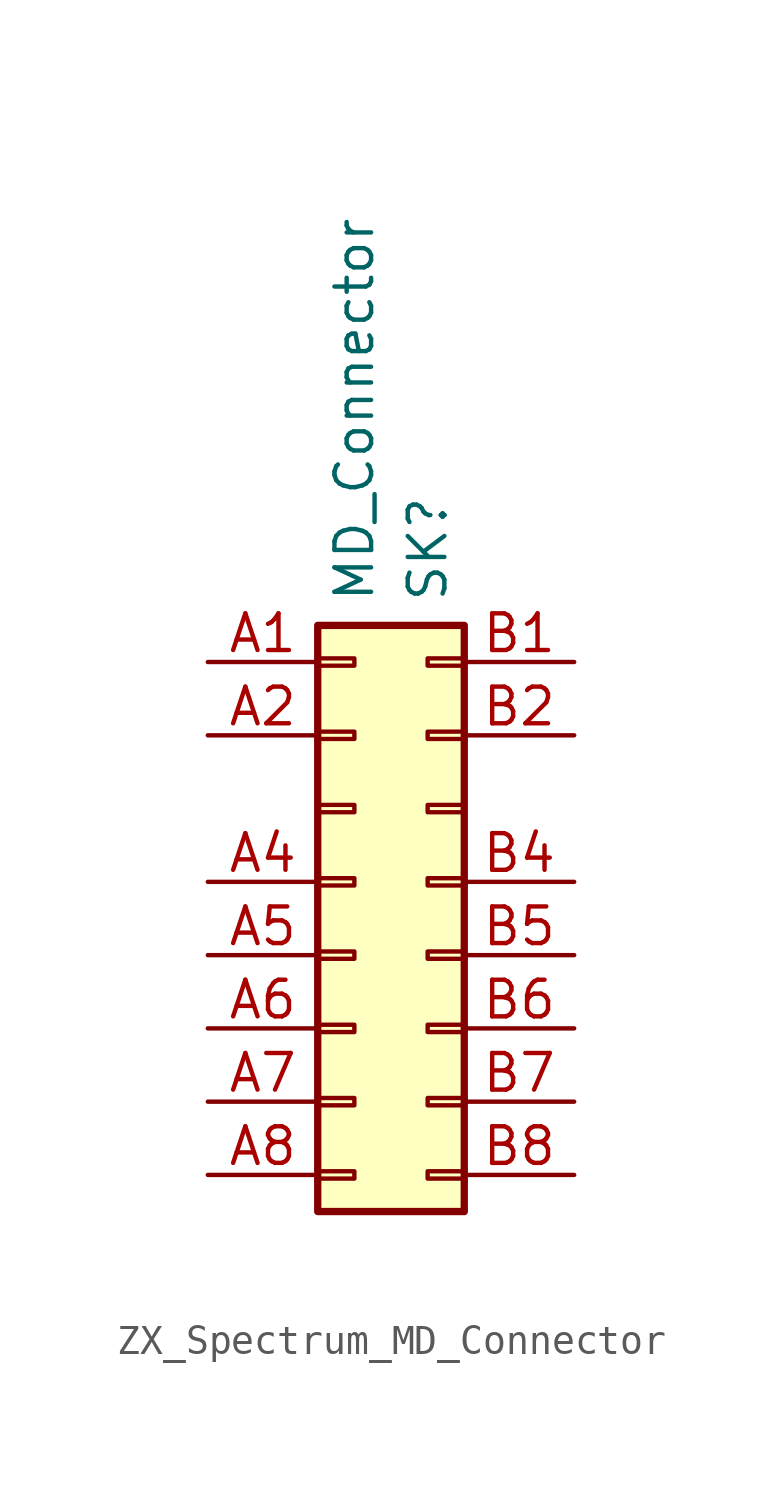
<source format=kicad_sym>
(kicad_symbol_lib
  (version 20220914)
  (generator kicad_symbol_editor)
  (symbol "ZX_Spectrum_MD_Connector"
    (pin_names
      (offset 1.016) hide)
    (property "Reference" "SK"
      (at 2.54 12.192 90)
      (effects (font (size 1.27 1.27)) (justify left)))
    (property "Value" "MD_Connector"
      (at 0 12.192 90)
      (effects (font (size 1.27 1.27)) (justify left)))
    (symbol "ZX_Spectrum_MD_Connector_1_1"
      (rectangle (start -1.27 -7.493) (end 0 -7.747) (stroke (width 0.152) (type default)) (fill (type none)))
      (rectangle (start -1.27 -4.953) (end 0 -5.207) (stroke (width 0.152) (type default)) (fill (type none)))
      (rectangle (start -1.27 -2.413) (end 0 -2.667) (stroke (width 0.152) (type default)) (fill (type none)))
      (rectangle (start -1.27 0.127) (end 0 -0.127) (stroke (width 0.152) (type default)) (fill (type none)))
      (rectangle (start -1.27 2.667) (end 0 2.413) (stroke (width 0.152) (type default)) (fill (type none)))
      (rectangle (start -1.27 5.207) (end 0 4.953) (stroke (width 0.152) (type default)) (fill (type none)))
      (rectangle (start -1.27 7.747) (end 0 7.493) (stroke (width 0.152) (type default)) (fill (type none)))
      (rectangle (start -1.27 10.287) (end 0 10.033) (stroke (width 0.152) (type default)) (fill (type none)))
      (rectangle (start -1.27 11.43) (end 3.81 -8.89) (stroke (width 0.254) (type default)) (fill (type background)))
      (rectangle (start 3.81 -7.493) (end 2.54 -7.747) (stroke (width 0.152) (type default)) (fill (type none)))
      (rectangle (start 3.81 -4.953) (end 2.54 -5.207) (stroke (width 0.152) (type default)) (fill (type none)))
      (rectangle (start 3.81 -2.413) (end 2.54 -2.667) (stroke (width 0.152) (type default)) (fill (type none)))
      (rectangle (start 3.81 0.127) (end 2.54 -0.127) (stroke (width 0.152) (type default)) (fill (type none)))
      (rectangle (start 3.81 2.667) (end 2.54 2.413) (stroke (width 0.152) (type default)) (fill (type none)))
      (rectangle (start 3.81 5.207) (end 2.54 4.953) (stroke (width 0.152) (type default)) (fill (type none)))
      (rectangle (start 3.81 7.747) (end 2.54 7.493) (stroke (width 0.152) (type default)) (fill (type none)))
      (rectangle (start 3.81 10.287) (end 2.54 10.033) (stroke (width 0.152) (type default)) (fill (type none)))
      (pin passive line (at -5.08 10.16 0) (length 3.81) (name "Pin_A1" (effects (font (size 1.27 1.27)))) (number "A1" (effects (font (size 1.27 1.27)))))
      (pin passive line (at -5.08 7.62 0) (length 3.81) (name "Pin_A2" (effects (font (size 1.27 1.27)))) (number "A2" (effects (font (size 1.27 1.27)))))
      (pin passive line (at -5.08 2.54 0) (length 3.81) (name "Pin_A4" (effects (font (size 1.27 1.27)))) (number "A4" (effects (font (size 1.27 1.27)))))
      (pin passive line (at -5.08 0 0) (length 3.81) (name "Pin_A5" (effects (font (size 1.27 1.27)))) (number "A5" (effects (font (size 1.27 1.27)))))
      (pin passive line (at -5.08 -2.54 0) (length 3.81) (name "Pin_A6" (effects (font (size 1.27 1.27)))) (number "A6" (effects (font (size 1.27 1.27)))))
      (pin passive line (at -5.08 -5.08 0) (length 3.81) (name "Pin_A7" (effects (font (size 1.27 1.27)))) (number "A7" (effects (font (size 1.27 1.27)))))
      (pin passive line (at -5.08 -7.62 0) (length 3.81) (name "Pin_A8" (effects (font (size 1.27 1.27)))) (number "A8" (effects (font (size 1.27 1.27)))))
      (pin passive line (at 7.62 10.16 180) (length 3.81) (name "Pin_B1" (effects (font (size 1.27 1.27)))) (number "B1" (effects (font (size 1.27 1.27)))))
      (pin passive line (at 7.62 7.62 180) (length 3.81) (name "Pin_B2" (effects (font (size 1.27 1.27)))) (number "B2" (effects (font (size 1.27 1.27)))))
      (pin passive line (at 7.62 2.54 180) (length 3.81) (name "Pin_B4" (effects (font (size 1.27 1.27)))) (number "B4" (effects (font (size 1.27 1.27)))))
      (pin passive line (at 7.62 0 180) (length 3.81) (name "Pin_B5" (effects (font (size 1.27 1.27)))) (number "B5" (effects (font (size 1.27 1.27)))))
      (pin passive line (at 7.62 -2.54 180) (length 3.81) (name "Pin_B6" (effects (font (size 1.27 1.27)))) (number "B6" (effects (font (size 1.27 1.27)))))
      (pin passive line (at 7.62 -5.08 180) (length 3.81) (name "Pin_B7" (effects (font (size 1.27 1.27)))) (number "B7" (effects (font (size 1.27 1.27)))))
      (pin passive line (at 7.62 -7.62 180) (length 3.81) (name "Pin_B8" (effects (font (size 1.27 1.27)))) (number "B8" (effects (font (size 1.27 1.27))))))))
</source>
